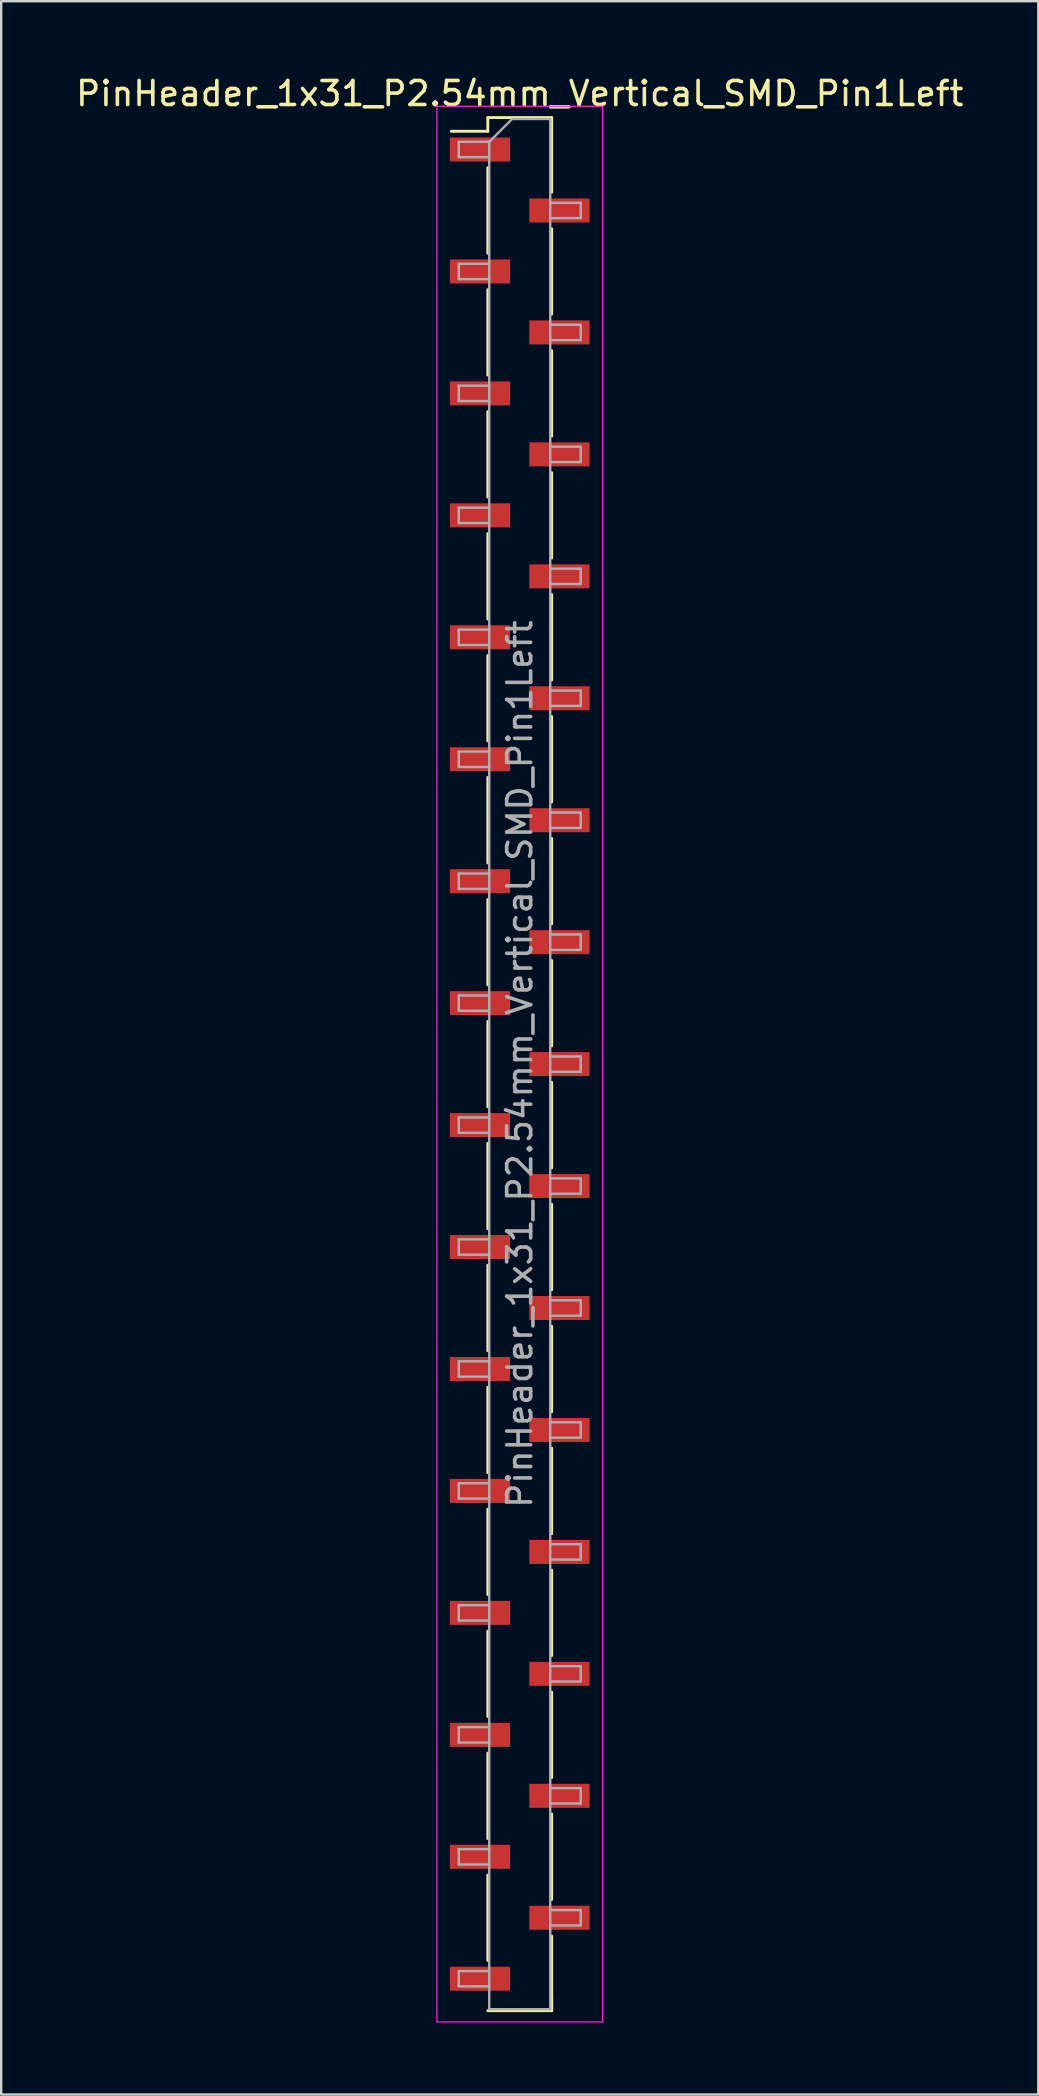
<source format=kicad_pcb>
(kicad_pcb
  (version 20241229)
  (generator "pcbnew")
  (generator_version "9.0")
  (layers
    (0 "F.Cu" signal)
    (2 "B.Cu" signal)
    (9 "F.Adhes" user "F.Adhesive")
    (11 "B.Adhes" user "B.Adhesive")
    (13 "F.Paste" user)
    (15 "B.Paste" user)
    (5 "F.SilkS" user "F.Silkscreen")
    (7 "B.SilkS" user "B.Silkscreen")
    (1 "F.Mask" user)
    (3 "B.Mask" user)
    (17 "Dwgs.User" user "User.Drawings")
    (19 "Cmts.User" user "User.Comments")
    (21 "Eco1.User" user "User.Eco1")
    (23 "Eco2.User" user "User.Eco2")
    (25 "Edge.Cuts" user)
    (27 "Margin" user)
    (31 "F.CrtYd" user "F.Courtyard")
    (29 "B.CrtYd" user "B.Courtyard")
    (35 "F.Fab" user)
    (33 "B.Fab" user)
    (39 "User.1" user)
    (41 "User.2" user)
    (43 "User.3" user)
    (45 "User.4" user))
  (footprint "PinHeader_1x31_P2.54mm_Vertical_SMD_Pin1Left"
    (layer "F.Cu")
    (at 18.601 41.278)
    (property "Reference" "PinHeader_1x31_P2.54mm_Vertical_SMD_Pin1Left" (at 0 -40.43 0) (layer "F.SilkS") (effects (font (size 1 1) (thickness 0.15))))
    (attr smd)
    (fp_line (start -1.33 -39.43) (end -1.33 -38.86) (stroke (width 0.12) (type solid)) (layer "F.SilkS"))
    (fp_line (start -1.33 -39.43) (end 1.33 -39.43) (stroke (width 0.12) (type solid)) (layer "F.SilkS"))
    (fp_line (start -1.33 -38.86) (end -2.85 -38.86) (stroke (width 0.12) (type solid)) (layer "F.SilkS"))
    (fp_line (start -1.33 -37.34) (end -1.33 -33.78) (stroke (width 0.12) (type solid)) (layer "F.SilkS"))
    (fp_line (start -1.33 -32.26) (end -1.33 -28.7) (stroke (width 0.12) (type solid)) (layer "F.SilkS"))
    (fp_line (start -1.33 -27.18) (end -1.33 -23.62) (stroke (width 0.12) (type solid)) (layer "F.SilkS"))
    (fp_line (start -1.33 -22.1) (end -1.33 -18.54) (stroke (width 0.12) (type solid)) (layer "F.SilkS"))
    (fp_line (start -1.33 -17.02) (end -1.33 -13.46) (stroke (width 0.12) (type solid)) (layer "F.SilkS"))
    (fp_line (start -1.33 -11.94) (end -1.33 -8.38) (stroke (width 0.12) (type solid)) (layer "F.SilkS"))
    (fp_line (start -1.33 -6.86) (end -1.33 -3.3) (stroke (width 0.12) (type solid)) (layer "F.SilkS"))
    (fp_line (start -1.33 -1.78) (end -1.33 1.78) (stroke (width 0.12) (type solid)) (layer "F.SilkS"))
    (fp_line (start -1.33 3.3) (end -1.33 6.86) (stroke (width 0.12) (type solid)) (layer "F.SilkS"))
    (fp_line (start -1.33 8.38) (end -1.33 11.94) (stroke (width 0.12) (type solid)) (layer "F.SilkS"))
    (fp_line (start -1.33 13.46) (end -1.33 17.02) (stroke (width 0.12) (type solid)) (layer "F.SilkS"))
    (fp_line (start -1.33 18.54) (end -1.33 22.1) (stroke (width 0.12) (type solid)) (layer "F.SilkS"))
    (fp_line (start -1.33 23.62) (end -1.33 27.18) (stroke (width 0.12) (type solid)) (layer "F.SilkS"))
    (fp_line (start -1.33 28.7) (end -1.33 32.26) (stroke (width 0.12) (type solid)) (layer "F.SilkS"))
    (fp_line (start -1.33 33.78) (end -1.33 37.34) (stroke (width 0.12) (type solid)) (layer "F.SilkS"))
    (fp_line (start -1.33 39.43) (end 1.33 39.43) (stroke (width 0.12) (type solid)) (layer "F.SilkS"))
    (fp_line (start 1.33 -39.43) (end 1.33 -36.32) (stroke (width 0.12) (type solid)) (layer "F.SilkS"))
    (fp_line (start 1.33 -34.8) (end 1.33 -31.24) (stroke (width 0.12) (type solid)) (layer "F.SilkS"))
    (fp_line (start 1.33 -29.72) (end 1.33 -26.16) (stroke (width 0.12) (type solid)) (layer "F.SilkS"))
    (fp_line (start 1.33 -24.64) (end 1.33 -21.08) (stroke (width 0.12) (type solid)) (layer "F.SilkS"))
    (fp_line (start 1.33 -19.56) (end 1.33 -16) (stroke (width 0.12) (type solid)) (layer "F.SilkS"))
    (fp_line (start 1.33 -14.48) (end 1.33 -10.92) (stroke (width 0.12) (type solid)) (layer "F.SilkS"))
    (fp_line (start 1.33 -9.4) (end 1.33 -5.84) (stroke (width 0.12) (type solid)) (layer "F.SilkS"))
    (fp_line (start 1.33 -4.32) (end 1.33 -0.76) (stroke (width 0.12) (type solid)) (layer "F.SilkS"))
    (fp_line (start 1.33 0.76) (end 1.33 4.32) (stroke (width 0.12) (type solid)) (layer "F.SilkS"))
    (fp_line (start 1.33 5.84) (end 1.33 9.4) (stroke (width 0.12) (type solid)) (layer "F.SilkS"))
    (fp_line (start 1.33 10.92) (end 1.33 14.48) (stroke (width 0.12) (type solid)) (layer "F.SilkS"))
    (fp_line (start 1.33 16) (end 1.33 19.56) (stroke (width 0.12) (type solid)) (layer "F.SilkS"))
    (fp_line (start 1.33 21.08) (end 1.33 24.64) (stroke (width 0.12) (type solid)) (layer "F.SilkS"))
    (fp_line (start 1.33 26.16) (end 1.33 29.72) (stroke (width 0.12) (type solid)) (layer "F.SilkS"))
    (fp_line (start 1.33 31.24) (end 1.33 34.8) (stroke (width 0.12) (type solid)) (layer "F.SilkS"))
    (fp_line (start 1.33 36.32) (end 1.33 39.43) (stroke (width 0.12) (type solid)) (layer "F.SilkS"))
    (fp_line (start 1.33 38.86) (end 1.33 39.43) (stroke (width 0.12) (type solid)) (layer "F.SilkS"))
    (fp_line (start -3.45 -39.9) (end -3.45 39.9) (stroke (width 0.05) (type solid)) (layer "F.CrtYd"))
    (fp_line (start -3.45 39.9) (end 3.45 39.9) (stroke (width 0.05) (type solid)) (layer "F.CrtYd"))
    (fp_line (start 3.45 -39.9) (end -3.45 -39.9) (stroke (width 0.05) (type solid)) (layer "F.CrtYd"))
    (fp_line (start 3.45 39.9) (end 3.45 -39.9) (stroke (width 0.05) (type solid)) (layer "F.CrtYd"))
    (fp_line (start -2.54 -38.42) (end -2.54 -37.78) (stroke (width 0.1) (type solid)) (layer "F.Fab"))
    (fp_line (start -2.54 -37.78) (end -1.27 -37.78) (stroke (width 0.1) (type solid)) (layer "F.Fab"))
    (fp_line (start -2.54 -33.34) (end -2.54 -32.7) (stroke (width 0.1) (type solid)) (layer "F.Fab"))
    (fp_line (start -2.54 -32.7) (end -1.27 -32.7) (stroke (width 0.1) (type solid)) (layer "F.Fab"))
    (fp_line (start -2.54 -28.26) (end -2.54 -27.62) (stroke (width 0.1) (type solid)) (layer "F.Fab"))
    (fp_line (start -2.54 -27.62) (end -1.27 -27.62) (stroke (width 0.1) (type solid)) (layer "F.Fab"))
    (fp_line (start -2.54 -23.18) (end -2.54 -22.54) (stroke (width 0.1) (type solid)) (layer "F.Fab"))
    (fp_line (start -2.54 -22.54) (end -1.27 -22.54) (stroke (width 0.1) (type solid)) (layer "F.Fab"))
    (fp_line (start -2.54 -18.1) (end -2.54 -17.46) (stroke (width 0.1) (type solid)) (layer "F.Fab"))
    (fp_line (start -2.54 -17.46) (end -1.27 -17.46) (stroke (width 0.1) (type solid)) (layer "F.Fab"))
    (fp_line (start -2.54 -13.02) (end -2.54 -12.38) (stroke (width 0.1) (type solid)) (layer "F.Fab"))
    (fp_line (start -2.54 -12.38) (end -1.27 -12.38) (stroke (width 0.1) (type solid)) (layer "F.Fab"))
    (fp_line (start -2.54 -7.94) (end -2.54 -7.3) (stroke (width 0.1) (type solid)) (layer "F.Fab"))
    (fp_line (start -2.54 -7.3) (end -1.27 -7.3) (stroke (width 0.1) (type solid)) (layer "F.Fab"))
    (fp_line (start -2.54 -2.86) (end -2.54 -2.22) (stroke (width 0.1) (type solid)) (layer "F.Fab"))
    (fp_line (start -2.54 -2.22) (end -1.27 -2.22) (stroke (width 0.1) (type solid)) (layer "F.Fab"))
    (fp_line (start -2.54 2.22) (end -2.54 2.86) (stroke (width 0.1) (type solid)) (layer "F.Fab"))
    (fp_line (start -2.54 2.86) (end -1.27 2.86) (stroke (width 0.1) (type solid)) (layer "F.Fab"))
    (fp_line (start -2.54 7.3) (end -2.54 7.94) (stroke (width 0.1) (type solid)) (layer "F.Fab"))
    (fp_line (start -2.54 7.94) (end -1.27 7.94) (stroke (width 0.1) (type solid)) (layer "F.Fab"))
    (fp_line (start -2.54 12.38) (end -2.54 13.02) (stroke (width 0.1) (type solid)) (layer "F.Fab"))
    (fp_line (start -2.54 13.02) (end -1.27 13.02) (stroke (width 0.1) (type solid)) (layer "F.Fab"))
    (fp_line (start -2.54 17.46) (end -2.54 18.1) (stroke (width 0.1) (type solid)) (layer "F.Fab"))
    (fp_line (start -2.54 18.1) (end -1.27 18.1) (stroke (width 0.1) (type solid)) (layer "F.Fab"))
    (fp_line (start -2.54 22.54) (end -2.54 23.18) (stroke (width 0.1) (type solid)) (layer "F.Fab"))
    (fp_line (start -2.54 23.18) (end -1.27 23.18) (stroke (width 0.1) (type solid)) (layer "F.Fab"))
    (fp_line (start -2.54 27.62) (end -2.54 28.26) (stroke (width 0.1) (type solid)) (layer "F.Fab"))
    (fp_line (start -2.54 28.26) (end -1.27 28.26) (stroke (width 0.1) (type solid)) (layer "F.Fab"))
    (fp_line (start -2.54 32.7) (end -2.54 33.34) (stroke (width 0.1) (type solid)) (layer "F.Fab"))
    (fp_line (start -2.54 33.34) (end -1.27 33.34) (stroke (width 0.1) (type solid)) (layer "F.Fab"))
    (fp_line (start -2.54 37.78) (end -2.54 38.42) (stroke (width 0.1) (type solid)) (layer "F.Fab"))
    (fp_line (start -2.54 38.42) (end -1.27 38.42) (stroke (width 0.1) (type solid)) (layer "F.Fab"))
    (fp_line (start -1.27 -38.42) (end -2.54 -38.42) (stroke (width 0.1) (type solid)) (layer "F.Fab"))
    (fp_line (start -1.27 -38.42) (end -0.32 -39.37) (stroke (width 0.1) (type solid)) (layer "F.Fab"))
    (fp_line (start -1.27 -33.34) (end -2.54 -33.34) (stroke (width 0.1) (type solid)) (layer "F.Fab"))
    (fp_line (start -1.27 -28.26) (end -2.54 -28.26) (stroke (width 0.1) (type solid)) (layer "F.Fab"))
    (fp_line (start -1.27 -23.18) (end -2.54 -23.18) (stroke (width 0.1) (type solid)) (layer "F.Fab"))
    (fp_line (start -1.27 -18.1) (end -2.54 -18.1) (stroke (width 0.1) (type solid)) (layer "F.Fab"))
    (fp_line (start -1.27 -13.02) (end -2.54 -13.02) (stroke (width 0.1) (type solid)) (layer "F.Fab"))
    (fp_line (start -1.27 -7.94) (end -2.54 -7.94) (stroke (width 0.1) (type solid)) (layer "F.Fab"))
    (fp_line (start -1.27 -2.86) (end -2.54 -2.86) (stroke (width 0.1) (type solid)) (layer "F.Fab"))
    (fp_line (start -1.27 2.22) (end -2.54 2.22) (stroke (width 0.1) (type solid)) (layer "F.Fab"))
    (fp_line (start -1.27 7.3) (end -2.54 7.3) (stroke (width 0.1) (type solid)) (layer "F.Fab"))
    (fp_line (start -1.27 12.38) (end -2.54 12.38) (stroke (width 0.1) (type solid)) (layer "F.Fab"))
    (fp_line (start -1.27 17.46) (end -2.54 17.46) (stroke (width 0.1) (type solid)) (layer "F.Fab"))
    (fp_line (start -1.27 22.54) (end -2.54 22.54) (stroke (width 0.1) (type solid)) (layer "F.Fab"))
    (fp_line (start -1.27 27.62) (end -2.54 27.62) (stroke (width 0.1) (type solid)) (layer "F.Fab"))
    (fp_line (start -1.27 32.7) (end -2.54 32.7) (stroke (width 0.1) (type solid)) (layer "F.Fab"))
    (fp_line (start -1.27 37.78) (end -2.54 37.78) (stroke (width 0.1) (type solid)) (layer "F.Fab"))
    (fp_line (start -1.27 39.37) (end -1.27 -38.42) (stroke (width 0.1) (type solid)) (layer "F.Fab"))
    (fp_line (start -0.32 -39.37) (end 1.27 -39.37) (stroke (width 0.1) (type solid)) (layer "F.Fab"))
    (fp_line (start 1.27 -39.37) (end 1.27 39.37) (stroke (width 0.1) (type solid)) (layer "F.Fab"))
    (fp_line (start 1.27 -35.88) (end 2.54 -35.88) (stroke (width 0.1) (type solid)) (layer "F.Fab"))
    (fp_line (start 1.27 -30.8) (end 2.54 -30.8) (stroke (width 0.1) (type solid)) (layer "F.Fab"))
    (fp_line (start 1.27 -25.72) (end 2.54 -25.72) (stroke (width 0.1) (type solid)) (layer "F.Fab"))
    (fp_line (start 1.27 -20.64) (end 2.54 -20.64) (stroke (width 0.1) (type solid)) (layer "F.Fab"))
    (fp_line (start 1.27 -15.56) (end 2.54 -15.56) (stroke (width 0.1) (type solid)) (layer "F.Fab"))
    (fp_line (start 1.27 -10.48) (end 2.54 -10.48) (stroke (width 0.1) (type solid)) (layer "F.Fab"))
    (fp_line (start 1.27 -5.4) (end 2.54 -5.4) (stroke (width 0.1) (type solid)) (layer "F.Fab"))
    (fp_line (start 1.27 -0.32) (end 2.54 -0.32) (stroke (width 0.1) (type solid)) (layer "F.Fab"))
    (fp_line (start 1.27 4.76) (end 2.54 4.76) (stroke (width 0.1) (type solid)) (layer "F.Fab"))
    (fp_line (start 1.27 9.84) (end 2.54 9.84) (stroke (width 0.1) (type solid)) (layer "F.Fab"))
    (fp_line (start 1.27 14.92) (end 2.54 14.92) (stroke (width 0.1) (type solid)) (layer "F.Fab"))
    (fp_line (start 1.27 20) (end 2.54 20) (stroke (width 0.1) (type solid)) (layer "F.Fab"))
    (fp_line (start 1.27 25.08) (end 2.54 25.08) (stroke (width 0.1) (type solid)) (layer "F.Fab"))
    (fp_line (start 1.27 30.16) (end 2.54 30.16) (stroke (width 0.1) (type solid)) (layer "F.Fab"))
    (fp_line (start 1.27 35.24) (end 2.54 35.24) (stroke (width 0.1) (type solid)) (layer "F.Fab"))
    (fp_line (start 1.27 39.37) (end -1.27 39.37) (stroke (width 0.1) (type solid)) (layer "F.Fab"))
    (fp_line (start 2.54 -35.88) (end 2.54 -35.24) (stroke (width 0.1) (type solid)) (layer "F.Fab"))
    (fp_line (start 2.54 -35.24) (end 1.27 -35.24) (stroke (width 0.1) (type solid)) (layer "F.Fab"))
    (fp_line (start 2.54 -30.8) (end 2.54 -30.16) (stroke (width 0.1) (type solid)) (layer "F.Fab"))
    (fp_line (start 2.54 -30.16) (end 1.27 -30.16) (stroke (width 0.1) (type solid)) (layer "F.Fab"))
    (fp_line (start 2.54 -25.72) (end 2.54 -25.08) (stroke (width 0.1) (type solid)) (layer "F.Fab"))
    (fp_line (start 2.54 -25.08) (end 1.27 -25.08) (stroke (width 0.1) (type solid)) (layer "F.Fab"))
    (fp_line (start 2.54 -20.64) (end 2.54 -20) (stroke (width 0.1) (type solid)) (layer "F.Fab"))
    (fp_line (start 2.54 -20) (end 1.27 -20) (stroke (width 0.1) (type solid)) (layer "F.Fab"))
    (fp_line (start 2.54 -15.56) (end 2.54 -14.92) (stroke (width 0.1) (type solid)) (layer "F.Fab"))
    (fp_line (start 2.54 -14.92) (end 1.27 -14.92) (stroke (width 0.1) (type solid)) (layer "F.Fab"))
    (fp_line (start 2.54 -10.48) (end 2.54 -9.84) (stroke (width 0.1) (type solid)) (layer "F.Fab"))
    (fp_line (start 2.54 -9.84) (end 1.27 -9.84) (stroke (width 0.1) (type solid)) (layer "F.Fab"))
    (fp_line (start 2.54 -5.4) (end 2.54 -4.76) (stroke (width 0.1) (type solid)) (layer "F.Fab"))
    (fp_line (start 2.54 -4.76) (end 1.27 -4.76) (stroke (width 0.1) (type solid)) (layer "F.Fab"))
    (fp_line (start 2.54 -0.32) (end 2.54 0.32) (stroke (width 0.1) (type solid)) (layer "F.Fab"))
    (fp_line (start 2.54 0.32) (end 1.27 0.32) (stroke (width 0.1) (type solid)) (layer "F.Fab"))
    (fp_line (start 2.54 4.76) (end 2.54 5.4) (stroke (width 0.1) (type solid)) (layer "F.Fab"))
    (fp_line (start 2.54 5.4) (end 1.27 5.4) (stroke (width 0.1) (type solid)) (layer "F.Fab"))
    (fp_line (start 2.54 9.84) (end 2.54 10.48) (stroke (width 0.1) (type solid)) (layer "F.Fab"))
    (fp_line (start 2.54 10.48) (end 1.27 10.48) (stroke (width 0.1) (type solid)) (layer "F.Fab"))
    (fp_line (start 2.54 14.92) (end 2.54 15.56) (stroke (width 0.1) (type solid)) (layer "F.Fab"))
    (fp_line (start 2.54 15.56) (end 1.27 15.56) (stroke (width 0.1) (type solid)) (layer "F.Fab"))
    (fp_line (start 2.54 20) (end 2.54 20.64) (stroke (width 0.1) (type solid)) (layer "F.Fab"))
    (fp_line (start 2.54 20.64) (end 1.27 20.64) (stroke (width 0.1) (type solid)) (layer "F.Fab"))
    (fp_line (start 2.54 25.08) (end 2.54 25.72) (stroke (width 0.1) (type solid)) (layer "F.Fab"))
    (fp_line (start 2.54 25.72) (end 1.27 25.72) (stroke (width 0.1) (type solid)) (layer "F.Fab"))
    (fp_line (start 2.54 30.16) (end 2.54 30.8) (stroke (width 0.1) (type solid)) (layer "F.Fab"))
    (fp_line (start 2.54 30.8) (end 1.27 30.8) (stroke (width 0.1) (type solid)) (layer "F.Fab"))
    (fp_line (start 2.54 35.24) (end 2.54 35.88) (stroke (width 0.1) (type solid)) (layer "F.Fab"))
    (fp_line (start 2.54 35.88) (end 1.27 35.88) (stroke (width 0.1) (type solid)) (layer "F.Fab"))
    (fp_text user "${REFERENCE}" (at 0 0 90) (layer "F.Fab") (effects (font (size 1 1) (thickness 0.15))))
    (pad "1" smd rect (at -1.655 -38.1) (size 2.51 1) (layers "F.Cu" "F.Mask" "F.Paste"))
    (pad "2" smd rect (at 1.655 -35.56) (size 2.51 1) (layers "F.Cu" "F.Mask" "F.Paste"))
    (pad "3" smd rect (at -1.655 -33.02) (size 2.51 1) (layers "F.Cu" "F.Mask" "F.Paste"))
    (pad "4" smd rect (at 1.655 -30.48) (size 2.51 1) (layers "F.Cu" "F.Mask" "F.Paste"))
    (pad "5" smd rect (at -1.655 -27.94) (size 2.51 1) (layers "F.Cu" "F.Mask" "F.Paste"))
    (pad "6" smd rect (at 1.655 -25.4) (size 2.51 1) (layers "F.Cu" "F.Mask" "F.Paste"))
    (pad "7" smd rect (at -1.655 -22.86) (size 2.51 1) (layers "F.Cu" "F.Mask" "F.Paste"))
    (pad "8" smd rect (at 1.655 -20.32) (size 2.51 1) (layers "F.Cu" "F.Mask" "F.Paste"))
    (pad "9" smd rect (at -1.655 -17.78) (size 2.51 1) (layers "F.Cu" "F.Mask" "F.Paste"))
    (pad "10" smd rect (at 1.655 -15.24) (size 2.51 1) (layers "F.Cu" "F.Mask" "F.Paste"))
    (pad "11" smd rect (at -1.655 -12.7) (size 2.51 1) (layers "F.Cu" "F.Mask" "F.Paste"))
    (pad "12" smd rect (at 1.655 -10.16) (size 2.51 1) (layers "F.Cu" "F.Mask" "F.Paste"))
    (pad "13" smd rect (at -1.655 -7.62) (size 2.51 1) (layers "F.Cu" "F.Mask" "F.Paste"))
    (pad "14" smd rect (at 1.655 -5.08) (size 2.51 1) (layers "F.Cu" "F.Mask" "F.Paste"))
    (pad "15" smd rect (at -1.655 -2.54) (size 2.51 1) (layers "F.Cu" "F.Mask" "F.Paste"))
    (pad "16" smd rect (at 1.655 0) (size 2.51 1) (layers "F.Cu" "F.Mask" "F.Paste"))
    (pad "17" smd rect (at -1.655 2.54) (size 2.51 1) (layers "F.Cu" "F.Mask" "F.Paste"))
    (pad "18" smd rect (at 1.655 5.08) (size 2.51 1) (layers "F.Cu" "F.Mask" "F.Paste"))
    (pad "19" smd rect (at -1.655 7.62) (size 2.51 1) (layers "F.Cu" "F.Mask" "F.Paste"))
    (pad "20" smd rect (at 1.655 10.16) (size 2.51 1) (layers "F.Cu" "F.Mask" "F.Paste"))
    (pad "21" smd rect (at -1.655 12.7) (size 2.51 1) (layers "F.Cu" "F.Mask" "F.Paste"))
    (pad "22" smd rect (at 1.655 15.24) (size 2.51 1) (layers "F.Cu" "F.Mask" "F.Paste"))
    (pad "23" smd rect (at -1.655 17.78) (size 2.51 1) (layers "F.Cu" "F.Mask" "F.Paste"))
    (pad "24" smd rect (at 1.655 20.32) (size 2.51 1) (layers "F.Cu" "F.Mask" "F.Paste"))
    (pad "25" smd rect (at -1.655 22.86) (size 2.51 1) (layers "F.Cu" "F.Mask" "F.Paste"))
    (pad "26" smd rect (at 1.655 25.4) (size 2.51 1) (layers "F.Cu" "F.Mask" "F.Paste"))
    (pad "27" smd rect (at -1.655 27.94) (size 2.51 1) (layers "F.Cu" "F.Mask" "F.Paste"))
    (pad "28" smd rect (at 1.655 30.48) (size 2.51 1) (layers "F.Cu" "F.Mask" "F.Paste"))
    (pad "29" smd rect (at -1.655 33.02) (size 2.51 1) (layers "F.Cu" "F.Mask" "F.Paste"))
    (pad "30" smd rect (at 1.655 35.56) (size 2.51 1) (layers "F.Cu" "F.Mask" "F.Paste"))
    (pad "31" smd rect (at -1.655 38.1) (size 2.51 1) (layers "F.Cu" "F.Mask" "F.Paste")))
  (gr_rect
    (start -3 -3)
    (end 40.202 84.203)
    (stroke (width 0.1) (type default))
    (fill no)
    (layer "Edge.Cuts")))
</source>
